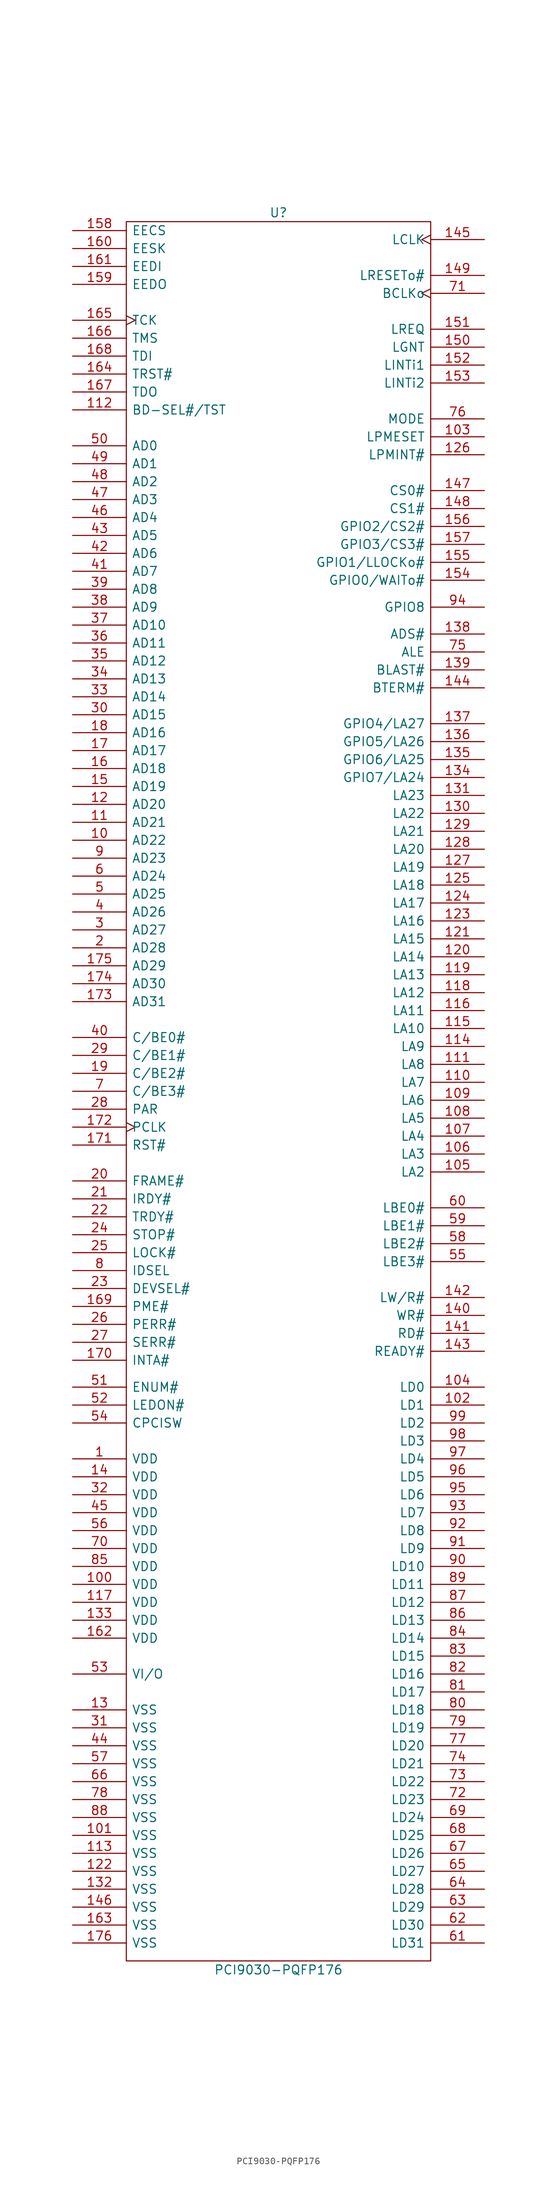
<source format=kicad_sym>
(kicad_symbol_lib
  (version 20211014)
  (generator kicad_symbol_editor)
  (symbol "PCI9030-PQFP176"
    (pin_names
      (offset 0.762))
    (property "Reference" "U"
      (at 0 124.46 0)
      (effects (font (size 1.27 1.27))))
    (property "Value" "PCI9030-PQFP176"
      (at 0 -124.46 0)
      (effects (font (size 1.27 1.27))))
    (property "Footprint" ""
      (at 0 0 0)
      (effects (font (size 1.27 1.27))))
    (property "Datasheet" ""
      (at 0 0 0)
      (effects (font (size 1.27 1.27))))
    (symbol "PCI9030-PQFP176_0_1"
      (rectangle (start -21.59 123.19) (end 21.59 -123.19) (stroke (width 0) (type default) (color 0 0 0 0)) (fill (type none))))
    (symbol "PCI9030-PQFP176_1_1"
      (pin power_in line (at -29.21 -52.07 0) (length 7.62) (name "VDD" (effects (font (size 1.27 1.27)))) (number "1" (effects (font (size 1.27 1.27)))))
      (pin bidirectional line (at -29.21 35.56 0) (length 7.62) (name "AD22" (effects (font (size 1.27 1.27)))) (number "10" (effects (font (size 1.27 1.27)))))
      (pin power_in line (at -29.21 -69.85 0) (length 7.62) (name "VDD" (effects (font (size 1.27 1.27)))) (number "100" (effects (font (size 1.27 1.27)))))
      (pin power_in line (at -29.21 -105.41 0) (length 7.62) (name "VSS" (effects (font (size 1.27 1.27)))) (number "101" (effects (font (size 1.27 1.27)))))
      (pin bidirectional line (at 29.21 -44.45 180) (length 7.62) (name "LD1" (effects (font (size 1.27 1.27)))) (number "102" (effects (font (size 1.27 1.27)))))
      (pin input line (at 29.21 92.71 180) (length 7.62) (name "LPMESET" (effects (font (size 1.27 1.27)))) (number "103" (effects (font (size 1.27 1.27)))))
      (pin bidirectional line (at 29.21 -41.91 180) (length 7.62) (name "LD0" (effects (font (size 1.27 1.27)))) (number "104" (effects (font (size 1.27 1.27)))))
      (pin output line (at 29.21 -11.43 180) (length 7.62) (name "LA2" (effects (font (size 1.27 1.27)))) (number "105" (effects (font (size 1.27 1.27)))))
      (pin output line (at 29.21 -8.89 180) (length 7.62) (name "LA3" (effects (font (size 1.27 1.27)))) (number "106" (effects (font (size 1.27 1.27)))))
      (pin output line (at 29.21 -6.35 180) (length 7.62) (name "LA4" (effects (font (size 1.27 1.27)))) (number "107" (effects (font (size 1.27 1.27)))))
      (pin output line (at 29.21 -3.81 180) (length 7.62) (name "LA5" (effects (font (size 1.27 1.27)))) (number "108" (effects (font (size 1.27 1.27)))))
      (pin output line (at 29.21 -1.27 180) (length 7.62) (name "LA6" (effects (font (size 1.27 1.27)))) (number "109" (effects (font (size 1.27 1.27)))))
      (pin bidirectional line (at -29.21 38.1 0) (length 7.62) (name "AD21" (effects (font (size 1.27 1.27)))) (number "11" (effects (font (size 1.27 1.27)))))
      (pin output line (at 29.21 1.27 180) (length 7.62) (name "LA7" (effects (font (size 1.27 1.27)))) (number "110" (effects (font (size 1.27 1.27)))))
      (pin output line (at 29.21 3.81 180) (length 7.62) (name "LA8" (effects (font (size 1.27 1.27)))) (number "111" (effects (font (size 1.27 1.27)))))
      (pin input line (at -29.21 96.52 0) (length 7.62) (name "BD-SEL#/TST" (effects (font (size 1.27 1.27)))) (number "112" (effects (font (size 1.27 1.27)))))
      (pin power_in line (at -29.21 -107.95 0) (length 7.62) (name "VSS" (effects (font (size 1.27 1.27)))) (number "113" (effects (font (size 1.27 1.27)))))
      (pin output line (at 29.21 6.35 180) (length 7.62) (name "LA9" (effects (font (size 1.27 1.27)))) (number "114" (effects (font (size 1.27 1.27)))))
      (pin input line (at 29.21 8.89 180) (length 7.62) (name "LA10" (effects (font (size 1.27 1.27)))) (number "115" (effects (font (size 1.27 1.27)))))
      (pin output line (at 29.21 11.43 180) (length 7.62) (name "LA11" (effects (font (size 1.27 1.27)))) (number "116" (effects (font (size 1.27 1.27)))))
      (pin power_in line (at -29.21 -72.39 0) (length 7.62) (name "VDD" (effects (font (size 1.27 1.27)))) (number "117" (effects (font (size 1.27 1.27)))))
      (pin output line (at 29.21 13.97 180) (length 7.62) (name "LA12" (effects (font (size 1.27 1.27)))) (number "118" (effects (font (size 1.27 1.27)))))
      (pin output line (at 29.21 16.51 180) (length 7.62) (name "LA13" (effects (font (size 1.27 1.27)))) (number "119" (effects (font (size 1.27 1.27)))))
      (pin bidirectional line (at -29.21 40.64 0) (length 7.62) (name "AD20" (effects (font (size 1.27 1.27)))) (number "12" (effects (font (size 1.27 1.27)))))
      (pin output line (at 29.21 19.05 180) (length 7.62) (name "LA14" (effects (font (size 1.27 1.27)))) (number "120" (effects (font (size 1.27 1.27)))))
      (pin output line (at 29.21 21.59 180) (length 7.62) (name "LA15" (effects (font (size 1.27 1.27)))) (number "121" (effects (font (size 1.27 1.27)))))
      (pin power_in line (at -29.21 -110.49 0) (length 7.62) (name "VSS" (effects (font (size 1.27 1.27)))) (number "122" (effects (font (size 1.27 1.27)))))
      (pin output line (at 29.21 24.13 180) (length 7.62) (name "LA16" (effects (font (size 1.27 1.27)))) (number "123" (effects (font (size 1.27 1.27)))))
      (pin output line (at 29.21 26.67 180) (length 7.62) (name "LA17" (effects (font (size 1.27 1.27)))) (number "124" (effects (font (size 1.27 1.27)))))
      (pin output line (at 29.21 29.21 180) (length 7.62) (name "LA18" (effects (font (size 1.27 1.27)))) (number "125" (effects (font (size 1.27 1.27)))))
      (pin output line (at 29.21 90.17 180) (length 7.62) (name "LPMINT#" (effects (font (size 1.27 1.27)))) (number "126" (effects (font (size 1.27 1.27)))))
      (pin output line (at 29.21 31.75 180) (length 7.62) (name "LA19" (effects (font (size 1.27 1.27)))) (number "127" (effects (font (size 1.27 1.27)))))
      (pin output line (at 29.21 34.29 180) (length 7.62) (name "LA20" (effects (font (size 1.27 1.27)))) (number "128" (effects (font (size 1.27 1.27)))))
      (pin output line (at 29.21 36.83 180) (length 7.62) (name "LA21" (effects (font (size 1.27 1.27)))) (number "129" (effects (font (size 1.27 1.27)))))
      (pin power_in line (at -29.21 -87.63 0) (length 7.62) (name "VSS" (effects (font (size 1.27 1.27)))) (number "13" (effects (font (size 1.27 1.27)))))
      (pin output line (at 29.21 39.37 180) (length 7.62) (name "LA22" (effects (font (size 1.27 1.27)))) (number "130" (effects (font (size 1.27 1.27)))))
      (pin output line (at 29.21 41.91 180) (length 7.62) (name "LA23" (effects (font (size 1.27 1.27)))) (number "131" (effects (font (size 1.27 1.27)))))
      (pin power_in line (at -29.21 -113.03 0) (length 7.62) (name "VSS" (effects (font (size 1.27 1.27)))) (number "132" (effects (font (size 1.27 1.27)))))
      (pin power_in line (at -29.21 -74.93 0) (length 7.62) (name "VDD" (effects (font (size 1.27 1.27)))) (number "133" (effects (font (size 1.27 1.27)))))
      (pin bidirectional line (at 29.21 44.45 180) (length 7.62) (name "GPIO7/LA24" (effects (font (size 1.27 1.27)))) (number "134" (effects (font (size 1.27 1.27)))))
      (pin bidirectional line (at 29.21 46.99 180) (length 7.62) (name "GPIO6/LA25" (effects (font (size 1.27 1.27)))) (number "135" (effects (font (size 1.27 1.27)))))
      (pin bidirectional line (at 29.21 49.53 180) (length 7.62) (name "GPIO5/LA26" (effects (font (size 1.27 1.27)))) (number "136" (effects (font (size 1.27 1.27)))))
      (pin bidirectional line (at 29.21 52.07 180) (length 7.62) (name "GPIO4/LA27" (effects (font (size 1.27 1.27)))) (number "137" (effects (font (size 1.27 1.27)))))
      (pin output line (at 29.21 64.77 180) (length 7.62) (name "ADS#" (effects (font (size 1.27 1.27)))) (number "138" (effects (font (size 1.27 1.27)))))
      (pin output line (at 29.21 59.69 180) (length 7.62) (name "BLAST#" (effects (font (size 1.27 1.27)))) (number "139" (effects (font (size 1.27 1.27)))))
      (pin power_in line (at -29.21 -54.61 0) (length 7.62) (name "VDD" (effects (font (size 1.27 1.27)))) (number "14" (effects (font (size 1.27 1.27)))))
      (pin output line (at 29.21 -31.75 180) (length 7.62) (name "WR#" (effects (font (size 1.27 1.27)))) (number "140" (effects (font (size 1.27 1.27)))))
      (pin output line (at 29.21 -34.29 180) (length 7.62) (name "RD#" (effects (font (size 1.27 1.27)))) (number "141" (effects (font (size 1.27 1.27)))))
      (pin output line (at 29.21 -29.21 180) (length 7.62) (name "LW/R#" (effects (font (size 1.27 1.27)))) (number "142" (effects (font (size 1.27 1.27)))))
      (pin input line (at 29.21 -36.83 180) (length 7.62) (name "READY#" (effects (font (size 1.27 1.27)))) (number "143" (effects (font (size 1.27 1.27)))))
      (pin input line (at 29.21 57.15 180) (length 7.62) (name "BTERM#" (effects (font (size 1.27 1.27)))) (number "144" (effects (font (size 1.27 1.27)))))
      (pin input clock (at 29.21 120.65 180) (length 7.62) (name "LCLK" (effects (font (size 1.27 1.27)))) (number "145" (effects (font (size 1.27 1.27)))))
      (pin power_in line (at -29.21 -115.57 0) (length 7.62) (name "VSS" (effects (font (size 1.27 1.27)))) (number "146" (effects (font (size 1.27 1.27)))))
      (pin output line (at 29.21 85.09 180) (length 7.62) (name "CS0#" (effects (font (size 1.27 1.27)))) (number "147" (effects (font (size 1.27 1.27)))))
      (pin output line (at 29.21 82.55 180) (length 7.62) (name "CS1#" (effects (font (size 1.27 1.27)))) (number "148" (effects (font (size 1.27 1.27)))))
      (pin output line (at 29.21 115.57 180) (length 7.62) (name "LRESETo#" (effects (font (size 1.27 1.27)))) (number "149" (effects (font (size 1.27 1.27)))))
      (pin bidirectional line (at -29.21 43.18 0) (length 7.62) (name "AD19" (effects (font (size 1.27 1.27)))) (number "15" (effects (font (size 1.27 1.27)))))
      (pin output line (at 29.21 105.41 180) (length 7.62) (name "LGNT" (effects (font (size 1.27 1.27)))) (number "150" (effects (font (size 1.27 1.27)))))
      (pin input line (at 29.21 107.95 180) (length 7.62) (name "LREQ" (effects (font (size 1.27 1.27)))) (number "151" (effects (font (size 1.27 1.27)))))
      (pin input line (at 29.21 102.87 180) (length 7.62) (name "LINTi1" (effects (font (size 1.27 1.27)))) (number "152" (effects (font (size 1.27 1.27)))))
      (pin input line (at 29.21 100.33 180) (length 7.62) (name "LINTi2" (effects (font (size 1.27 1.27)))) (number "153" (effects (font (size 1.27 1.27)))))
      (pin bidirectional line (at 29.21 72.39 180) (length 7.62) (name "GPIO0/WAITo#" (effects (font (size 1.27 1.27)))) (number "154" (effects (font (size 1.27 1.27)))))
      (pin bidirectional line (at 29.21 74.93 180) (length 7.62) (name "GPIO1/LLOCKo#" (effects (font (size 1.27 1.27)))) (number "155" (effects (font (size 1.27 1.27)))))
      (pin bidirectional line (at 29.21 80.01 180) (length 7.62) (name "GPIO2/CS2#" (effects (font (size 1.27 1.27)))) (number "156" (effects (font (size 1.27 1.27)))))
      (pin bidirectional line (at 29.21 77.47 180) (length 7.62) (name "GPIO3/CS3#" (effects (font (size 1.27 1.27)))) (number "157" (effects (font (size 1.27 1.27)))))
      (pin output line (at -29.21 121.92 0) (length 7.62) (name "EECS" (effects (font (size 1.27 1.27)))) (number "158" (effects (font (size 1.27 1.27)))))
      (pin input line (at -29.21 114.3 0) (length 7.62) (name "EEDO" (effects (font (size 1.27 1.27)))) (number "159" (effects (font (size 1.27 1.27)))))
      (pin bidirectional line (at -29.21 45.72 0) (length 7.62) (name "AD18" (effects (font (size 1.27 1.27)))) (number "16" (effects (font (size 1.27 1.27)))))
      (pin output line (at -29.21 119.38 0) (length 7.62) (name "EESK" (effects (font (size 1.27 1.27)))) (number "160" (effects (font (size 1.27 1.27)))))
      (pin output line (at -29.21 116.84 0) (length 7.62) (name "EEDI" (effects (font (size 1.27 1.27)))) (number "161" (effects (font (size 1.27 1.27)))))
      (pin power_in line (at -29.21 -77.47 0) (length 7.62) (name "VDD" (effects (font (size 1.27 1.27)))) (number "162" (effects (font (size 1.27 1.27)))))
      (pin power_in line (at -29.21 -118.11 0) (length 7.62) (name "VSS" (effects (font (size 1.27 1.27)))) (number "163" (effects (font (size 1.27 1.27)))))
      (pin input line (at -29.21 101.6 0) (length 7.62) (name "TRST#" (effects (font (size 1.27 1.27)))) (number "164" (effects (font (size 1.27 1.27)))))
      (pin input clock (at -29.21 109.22 0) (length 7.62) (name "TCK" (effects (font (size 1.27 1.27)))) (number "165" (effects (font (size 1.27 1.27)))))
      (pin input line (at -29.21 106.68 0) (length 7.62) (name "TMS" (effects (font (size 1.27 1.27)))) (number "166" (effects (font (size 1.27 1.27)))))
      (pin output line (at -29.21 99.06 0) (length 7.62) (name "TDO" (effects (font (size 1.27 1.27)))) (number "167" (effects (font (size 1.27 1.27)))))
      (pin input line (at -29.21 104.14 0) (length 7.62) (name "TDI" (effects (font (size 1.27 1.27)))) (number "168" (effects (font (size 1.27 1.27)))))
      (pin output line (at -29.21 -30.48 0) (length 7.62) (name "PME#" (effects (font (size 1.27 1.27)))) (number "169" (effects (font (size 1.27 1.27)))))
      (pin bidirectional line (at -29.21 48.26 0) (length 7.62) (name "AD17" (effects (font (size 1.27 1.27)))) (number "17" (effects (font (size 1.27 1.27)))))
      (pin output line (at -29.21 -38.1 0) (length 7.62) (name "INTA#" (effects (font (size 1.27 1.27)))) (number "170" (effects (font (size 1.27 1.27)))))
      (pin input line (at -29.21 -7.62 0) (length 7.62) (name "RST#" (effects (font (size 1.27 1.27)))) (number "171" (effects (font (size 1.27 1.27)))))
      (pin input clock (at -29.21 -5.08 0) (length 7.62) (name "PCLK" (effects (font (size 1.27 1.27)))) (number "172" (effects (font (size 1.27 1.27)))))
      (pin bidirectional line (at -29.21 12.7 0) (length 7.62) (name "AD31" (effects (font (size 1.27 1.27)))) (number "173" (effects (font (size 1.27 1.27)))))
      (pin bidirectional line (at -29.21 15.24 0) (length 7.62) (name "AD30" (effects (font (size 1.27 1.27)))) (number "174" (effects (font (size 1.27 1.27)))))
      (pin bidirectional line (at -29.21 17.78 0) (length 7.62) (name "AD29" (effects (font (size 1.27 1.27)))) (number "175" (effects (font (size 1.27 1.27)))))
      (pin power_in line (at -29.21 -120.65 0) (length 7.62) (name "VSS" (effects (font (size 1.27 1.27)))) (number "176" (effects (font (size 1.27 1.27)))))
      (pin bidirectional line (at -29.21 50.8 0) (length 7.62) (name "AD16" (effects (font (size 1.27 1.27)))) (number "18" (effects (font (size 1.27 1.27)))))
      (pin bidirectional line (at -29.21 2.54 0) (length 7.62) (name "C/BE2#" (effects (font (size 1.27 1.27)))) (number "19" (effects (font (size 1.27 1.27)))))
      (pin bidirectional line (at -29.21 20.32 0) (length 7.62) (name "AD28" (effects (font (size 1.27 1.27)))) (number "2" (effects (font (size 1.27 1.27)))))
      (pin bidirectional line (at -29.21 -12.7 0) (length 7.62) (name "FRAME#" (effects (font (size 1.27 1.27)))) (number "20" (effects (font (size 1.27 1.27)))))
      (pin bidirectional line (at -29.21 -15.24 0) (length 7.62) (name "IRDY#" (effects (font (size 1.27 1.27)))) (number "21" (effects (font (size 1.27 1.27)))))
      (pin bidirectional line (at -29.21 -17.78 0) (length 7.62) (name "TRDY#" (effects (font (size 1.27 1.27)))) (number "22" (effects (font (size 1.27 1.27)))))
      (pin bidirectional line (at -29.21 -27.94 0) (length 7.62) (name "DEVSEL#" (effects (font (size 1.27 1.27)))) (number "23" (effects (font (size 1.27 1.27)))))
      (pin bidirectional line (at -29.21 -20.32 0) (length 7.62) (name "STOP#" (effects (font (size 1.27 1.27)))) (number "24" (effects (font (size 1.27 1.27)))))
      (pin input line (at -29.21 -22.86 0) (length 7.62) (name "LOCK#" (effects (font (size 1.27 1.27)))) (number "25" (effects (font (size 1.27 1.27)))))
      (pin output line (at -29.21 -33.02 0) (length 7.62) (name "PERR#" (effects (font (size 1.27 1.27)))) (number "26" (effects (font (size 1.27 1.27)))))
      (pin output line (at -29.21 -35.56 0) (length 7.62) (name "SERR#" (effects (font (size 1.27 1.27)))) (number "27" (effects (font (size 1.27 1.27)))))
      (pin bidirectional line (at -29.21 -2.54 0) (length 7.62) (name "PAR" (effects (font (size 1.27 1.27)))) (number "28" (effects (font (size 1.27 1.27)))))
      (pin bidirectional line (at -29.21 5.08 0) (length 7.62) (name "C/BE1#" (effects (font (size 1.27 1.27)))) (number "29" (effects (font (size 1.27 1.27)))))
      (pin bidirectional line (at -29.21 22.86 0) (length 7.62) (name "AD27" (effects (font (size 1.27 1.27)))) (number "3" (effects (font (size 1.27 1.27)))))
      (pin bidirectional line (at -29.21 53.34 0) (length 7.62) (name "AD15" (effects (font (size 1.27 1.27)))) (number "30" (effects (font (size 1.27 1.27)))))
      (pin power_in line (at -29.21 -90.17 0) (length 7.62) (name "VSS" (effects (font (size 1.27 1.27)))) (number "31" (effects (font (size 1.27 1.27)))))
      (pin power_in line (at -29.21 -57.15 0) (length 7.62) (name "VDD" (effects (font (size 1.27 1.27)))) (number "32" (effects (font (size 1.27 1.27)))))
      (pin bidirectional line (at -29.21 55.88 0) (length 7.62) (name "AD14" (effects (font (size 1.27 1.27)))) (number "33" (effects (font (size 1.27 1.27)))))
      (pin bidirectional line (at -29.21 58.42 0) (length 7.62) (name "AD13" (effects (font (size 1.27 1.27)))) (number "34" (effects (font (size 1.27 1.27)))))
      (pin bidirectional line (at -29.21 60.96 0) (length 7.62) (name "AD12" (effects (font (size 1.27 1.27)))) (number "35" (effects (font (size 1.27 1.27)))))
      (pin bidirectional line (at -29.21 63.5 0) (length 7.62) (name "AD11" (effects (font (size 1.27 1.27)))) (number "36" (effects (font (size 1.27 1.27)))))
      (pin bidirectional line (at -29.21 66.04 0) (length 7.62) (name "AD10" (effects (font (size 1.27 1.27)))) (number "37" (effects (font (size 1.27 1.27)))))
      (pin bidirectional line (at -29.21 68.58 0) (length 7.62) (name "AD9" (effects (font (size 1.27 1.27)))) (number "38" (effects (font (size 1.27 1.27)))))
      (pin bidirectional line (at -29.21 71.12 0) (length 7.62) (name "AD8" (effects (font (size 1.27 1.27)))) (number "39" (effects (font (size 1.27 1.27)))))
      (pin bidirectional line (at -29.21 25.4 0) (length 7.62) (name "AD26" (effects (font (size 1.27 1.27)))) (number "4" (effects (font (size 1.27 1.27)))))
      (pin bidirectional line (at -29.21 7.62 0) (length 7.62) (name "C/BE0#" (effects (font (size 1.27 1.27)))) (number "40" (effects (font (size 1.27 1.27)))))
      (pin bidirectional line (at -29.21 73.66 0) (length 7.62) (name "AD7" (effects (font (size 1.27 1.27)))) (number "41" (effects (font (size 1.27 1.27)))))
      (pin bidirectional line (at -29.21 76.2 0) (length 7.62) (name "AD6" (effects (font (size 1.27 1.27)))) (number "42" (effects (font (size 1.27 1.27)))))
      (pin bidirectional line (at -29.21 78.74 0) (length 7.62) (name "AD5" (effects (font (size 1.27 1.27)))) (number "43" (effects (font (size 1.27 1.27)))))
      (pin power_in line (at -29.21 -92.71 0) (length 7.62) (name "VSS" (effects (font (size 1.27 1.27)))) (number "44" (effects (font (size 1.27 1.27)))))
      (pin power_in line (at -29.21 -59.69 0) (length 7.62) (name "VDD" (effects (font (size 1.27 1.27)))) (number "45" (effects (font (size 1.27 1.27)))))
      (pin bidirectional line (at -29.21 81.28 0) (length 7.62) (name "AD4" (effects (font (size 1.27 1.27)))) (number "46" (effects (font (size 1.27 1.27)))))
      (pin bidirectional line (at -29.21 83.82 0) (length 7.62) (name "AD3" (effects (font (size 1.27 1.27)))) (number "47" (effects (font (size 1.27 1.27)))))
      (pin bidirectional line (at -29.21 86.36 0) (length 7.62) (name "AD2" (effects (font (size 1.27 1.27)))) (number "48" (effects (font (size 1.27 1.27)))))
      (pin bidirectional line (at -29.21 88.9 0) (length 7.62) (name "AD1" (effects (font (size 1.27 1.27)))) (number "49" (effects (font (size 1.27 1.27)))))
      (pin bidirectional line (at -29.21 27.94 0) (length 7.62) (name "AD25" (effects (font (size 1.27 1.27)))) (number "5" (effects (font (size 1.27 1.27)))))
      (pin bidirectional line (at -29.21 91.44 0) (length 7.62) (name "AD0" (effects (font (size 1.27 1.27)))) (number "50" (effects (font (size 1.27 1.27)))))
      (pin output line (at -29.21 -41.91 0) (length 7.62) (name "ENUM#" (effects (font (size 1.27 1.27)))) (number "51" (effects (font (size 1.27 1.27)))))
      (pin output line (at -29.21 -44.45 0) (length 7.62) (name "LEDON#" (effects (font (size 1.27 1.27)))) (number "52" (effects (font (size 1.27 1.27)))))
      (pin power_in line (at -29.21 -82.55 0) (length 7.62) (name "VI/O" (effects (font (size 1.27 1.27)))) (number "53" (effects (font (size 1.27 1.27)))))
      (pin input line (at -29.21 -46.99 0) (length 7.62) (name "CPCISW" (effects (font (size 1.27 1.27)))) (number "54" (effects (font (size 1.27 1.27)))))
      (pin output line (at 29.21 -24.13 180) (length 7.62) (name "LBE3#" (effects (font (size 1.27 1.27)))) (number "55" (effects (font (size 1.27 1.27)))))
      (pin power_in line (at -29.21 -62.23 0) (length 7.62) (name "VDD" (effects (font (size 1.27 1.27)))) (number "56" (effects (font (size 1.27 1.27)))))
      (pin power_in line (at -29.21 -95.25 0) (length 7.62) (name "VSS" (effects (font (size 1.27 1.27)))) (number "57" (effects (font (size 1.27 1.27)))))
      (pin output line (at 29.21 -21.59 180) (length 7.62) (name "LBE2#" (effects (font (size 1.27 1.27)))) (number "58" (effects (font (size 1.27 1.27)))))
      (pin output line (at 29.21 -19.05 180) (length 7.62) (name "LBE1#" (effects (font (size 1.27 1.27)))) (number "59" (effects (font (size 1.27 1.27)))))
      (pin bidirectional line (at -29.21 30.48 0) (length 7.62) (name "AD24" (effects (font (size 1.27 1.27)))) (number "6" (effects (font (size 1.27 1.27)))))
      (pin output line (at 29.21 -16.51 180) (length 7.62) (name "LBE0#" (effects (font (size 1.27 1.27)))) (number "60" (effects (font (size 1.27 1.27)))))
      (pin bidirectional line (at 29.21 -120.65 180) (length 7.62) (name "LD31" (effects (font (size 1.27 1.27)))) (number "61" (effects (font (size 1.27 1.27)))))
      (pin bidirectional line (at 29.21 -118.11 180) (length 7.62) (name "LD30" (effects (font (size 1.27 1.27)))) (number "62" (effects (font (size 1.27 1.27)))))
      (pin bidirectional line (at 29.21 -115.57 180) (length 7.62) (name "LD29" (effects (font (size 1.27 1.27)))) (number "63" (effects (font (size 1.27 1.27)))))
      (pin bidirectional line (at 29.21 -113.03 180) (length 7.62) (name "LD28" (effects (font (size 1.27 1.27)))) (number "64" (effects (font (size 1.27 1.27)))))
      (pin bidirectional line (at 29.21 -110.49 180) (length 7.62) (name "LD27" (effects (font (size 1.27 1.27)))) (number "65" (effects (font (size 1.27 1.27)))))
      (pin power_in line (at -29.21 -97.79 0) (length 7.62) (name "VSS" (effects (font (size 1.27 1.27)))) (number "66" (effects (font (size 1.27 1.27)))))
      (pin bidirectional line (at 29.21 -107.95 180) (length 7.62) (name "LD26" (effects (font (size 1.27 1.27)))) (number "67" (effects (font (size 1.27 1.27)))))
      (pin bidirectional line (at 29.21 -105.41 180) (length 7.62) (name "LD25" (effects (font (size 1.27 1.27)))) (number "68" (effects (font (size 1.27 1.27)))))
      (pin bidirectional line (at 29.21 -102.87 180) (length 7.62) (name "LD24" (effects (font (size 1.27 1.27)))) (number "69" (effects (font (size 1.27 1.27)))))
      (pin bidirectional line (at -29.21 0 0) (length 7.62) (name "C/BE3#" (effects (font (size 1.27 1.27)))) (number "7" (effects (font (size 1.27 1.27)))))
      (pin power_in line (at -29.21 -64.77 0) (length 7.62) (name "VDD" (effects (font (size 1.27 1.27)))) (number "70" (effects (font (size 1.27 1.27)))))
      (pin output clock (at 29.21 113.03 180) (length 7.62) (name "BCLKo" (effects (font (size 1.27 1.27)))) (number "71" (effects (font (size 1.27 1.27)))))
      (pin bidirectional line (at 29.21 -100.33 180) (length 7.62) (name "LD23" (effects (font (size 1.27 1.27)))) (number "72" (effects (font (size 1.27 1.27)))))
      (pin bidirectional line (at 29.21 -97.79 180) (length 7.62) (name "LD22" (effects (font (size 1.27 1.27)))) (number "73" (effects (font (size 1.27 1.27)))))
      (pin bidirectional line (at 29.21 -95.25 180) (length 7.62) (name "LD21" (effects (font (size 1.27 1.27)))) (number "74" (effects (font (size 1.27 1.27)))))
      (pin output line (at 29.21 62.23 180) (length 7.62) (name "ALE" (effects (font (size 1.27 1.27)))) (number "75" (effects (font (size 1.27 1.27)))))
      (pin input line (at 29.21 95.25 180) (length 7.62) (name "MODE" (effects (font (size 1.27 1.27)))) (number "76" (effects (font (size 1.27 1.27)))))
      (pin bidirectional line (at 29.21 -92.71 180) (length 7.62) (name "LD20" (effects (font (size 1.27 1.27)))) (number "77" (effects (font (size 1.27 1.27)))))
      (pin power_in line (at -29.21 -100.33 0) (length 7.62) (name "VSS" (effects (font (size 1.27 1.27)))) (number "78" (effects (font (size 1.27 1.27)))))
      (pin bidirectional line (at 29.21 -90.17 180) (length 7.62) (name "LD19" (effects (font (size 1.27 1.27)))) (number "79" (effects (font (size 1.27 1.27)))))
      (pin input line (at -29.21 -25.4 0) (length 7.62) (name "IDSEL" (effects (font (size 1.27 1.27)))) (number "8" (effects (font (size 1.27 1.27)))))
      (pin bidirectional line (at 29.21 -87.63 180) (length 7.62) (name "LD18" (effects (font (size 1.27 1.27)))) (number "80" (effects (font (size 1.27 1.27)))))
      (pin bidirectional line (at 29.21 -85.09 180) (length 7.62) (name "LD17" (effects (font (size 1.27 1.27)))) (number "81" (effects (font (size 1.27 1.27)))))
      (pin bidirectional line (at 29.21 -82.55 180) (length 7.62) (name "LD16" (effects (font (size 1.27 1.27)))) (number "82" (effects (font (size 1.27 1.27)))))
      (pin bidirectional line (at 29.21 -80.01 180) (length 7.62) (name "LD15" (effects (font (size 1.27 1.27)))) (number "83" (effects (font (size 1.27 1.27)))))
      (pin bidirectional line (at 29.21 -77.47 180) (length 7.62) (name "LD14" (effects (font (size 1.27 1.27)))) (number "84" (effects (font (size 1.27 1.27)))))
      (pin power_in line (at -29.21 -67.31 0) (length 7.62) (name "VDD" (effects (font (size 1.27 1.27)))) (number "85" (effects (font (size 1.27 1.27)))))
      (pin bidirectional line (at 29.21 -74.93 180) (length 7.62) (name "LD13" (effects (font (size 1.27 1.27)))) (number "86" (effects (font (size 1.27 1.27)))))
      (pin bidirectional line (at 29.21 -72.39 180) (length 7.62) (name "LD12" (effects (font (size 1.27 1.27)))) (number "87" (effects (font (size 1.27 1.27)))))
      (pin power_in line (at -29.21 -102.87 0) (length 7.62) (name "VSS" (effects (font (size 1.27 1.27)))) (number "88" (effects (font (size 1.27 1.27)))))
      (pin bidirectional line (at 29.21 -69.85 180) (length 7.62) (name "LD11" (effects (font (size 1.27 1.27)))) (number "89" (effects (font (size 1.27 1.27)))))
      (pin bidirectional line (at -29.21 33.02 0) (length 7.62) (name "AD23" (effects (font (size 1.27 1.27)))) (number "9" (effects (font (size 1.27 1.27)))))
      (pin bidirectional line (at 29.21 -67.31 180) (length 7.62) (name "LD10" (effects (font (size 1.27 1.27)))) (number "90" (effects (font (size 1.27 1.27)))))
      (pin bidirectional line (at 29.21 -64.77 180) (length 7.62) (name "LD9" (effects (font (size 1.27 1.27)))) (number "91" (effects (font (size 1.27 1.27)))))
      (pin bidirectional line (at 29.21 -62.23 180) (length 7.62) (name "LD8" (effects (font (size 1.27 1.27)))) (number "92" (effects (font (size 1.27 1.27)))))
      (pin bidirectional line (at 29.21 -59.69 180) (length 7.62) (name "LD7" (effects (font (size 1.27 1.27)))) (number "93" (effects (font (size 1.27 1.27)))))
      (pin bidirectional line (at 29.21 68.58 180) (length 7.62) (name "GPIO8" (effects (font (size 1.27 1.27)))) (number "94" (effects (font (size 1.27 1.27)))))
      (pin bidirectional line (at 29.21 -57.15 180) (length 7.62) (name "LD6" (effects (font (size 1.27 1.27)))) (number "95" (effects (font (size 1.27 1.27)))))
      (pin bidirectional line (at 29.21 -54.61 180) (length 7.62) (name "LD5" (effects (font (size 1.27 1.27)))) (number "96" (effects (font (size 1.27 1.27)))))
      (pin bidirectional line (at 29.21 -52.07 180) (length 7.62) (name "LD4" (effects (font (size 1.27 1.27)))) (number "97" (effects (font (size 1.27 1.27)))))
      (pin bidirectional line (at 29.21 -49.53 180) (length 7.62) (name "LD3" (effects (font (size 1.27 1.27)))) (number "98" (effects (font (size 1.27 1.27)))))
      (pin bidirectional line (at 29.21 -46.99 180) (length 7.62) (name "LD2" (effects (font (size 1.27 1.27)))) (number "99" (effects (font (size 1.27 1.27))))))))
</source>
